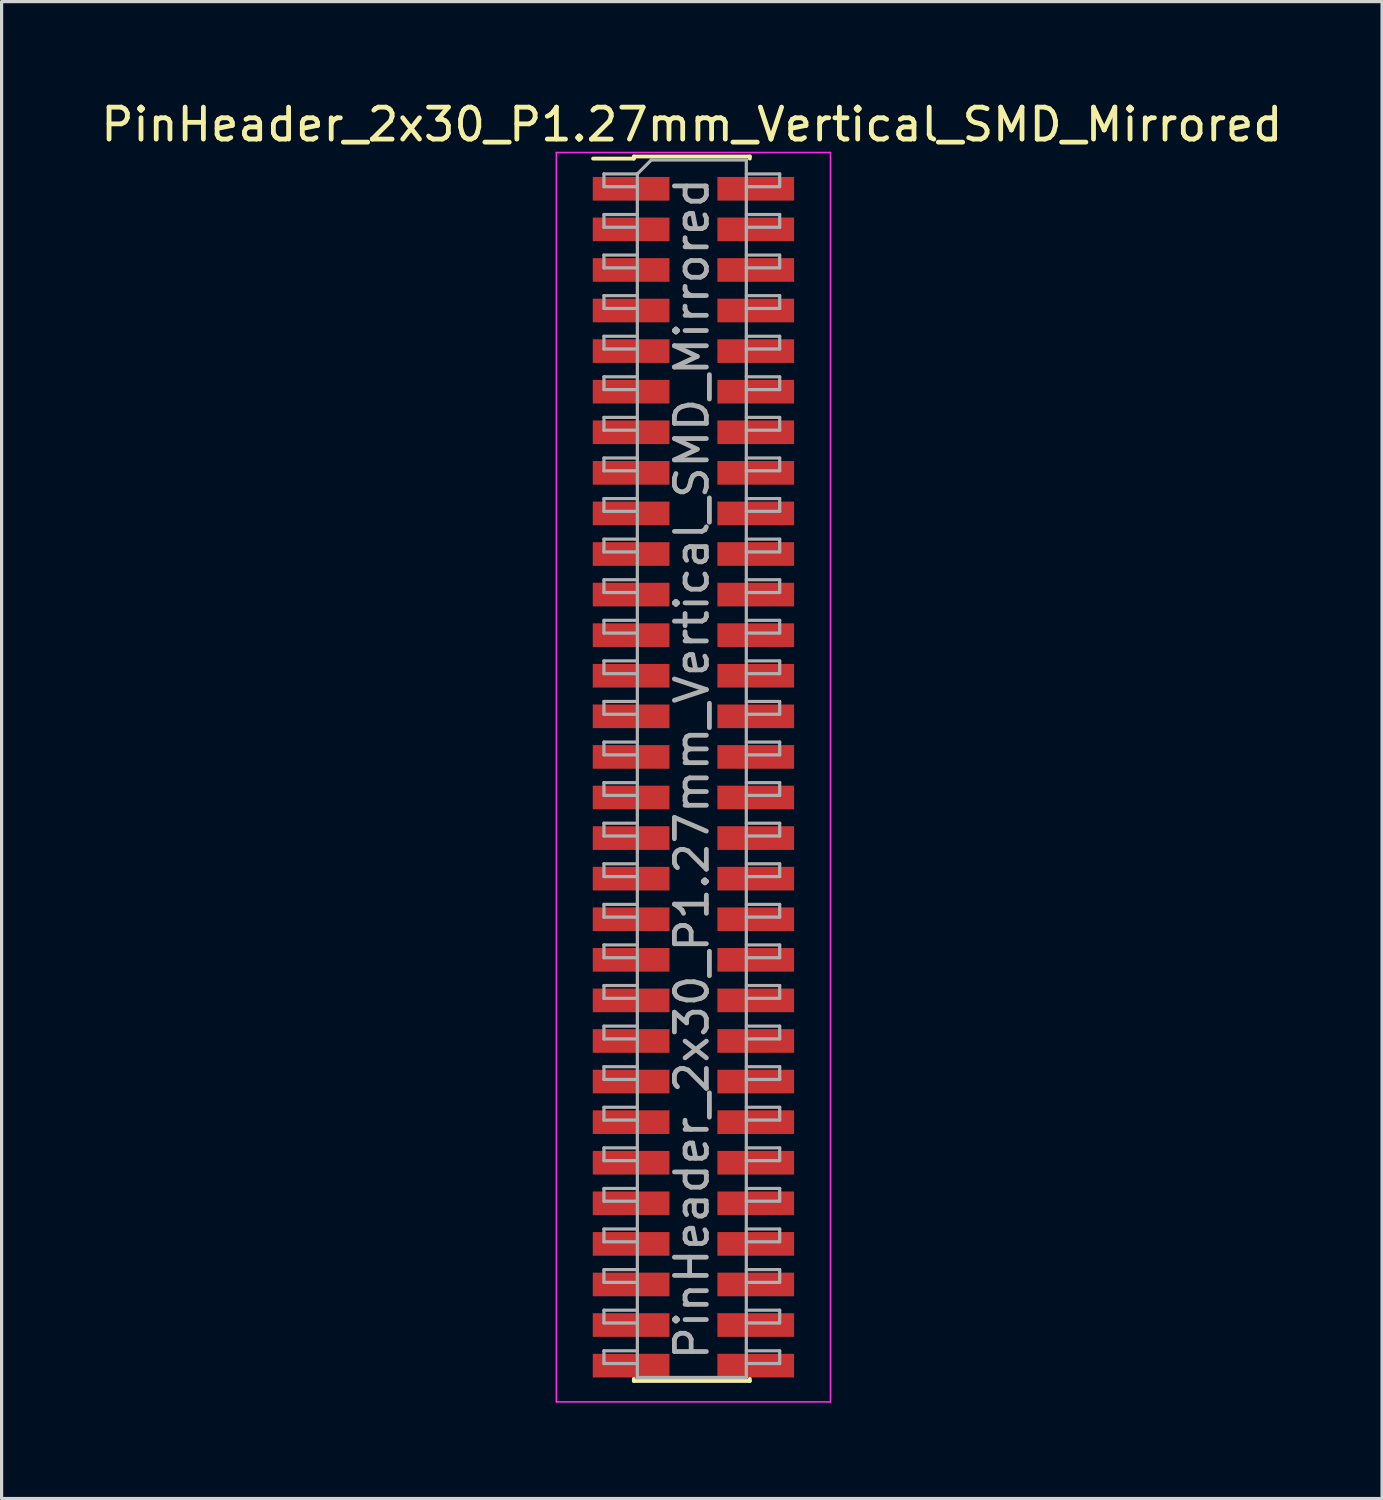
<source format=kicad_pcb>
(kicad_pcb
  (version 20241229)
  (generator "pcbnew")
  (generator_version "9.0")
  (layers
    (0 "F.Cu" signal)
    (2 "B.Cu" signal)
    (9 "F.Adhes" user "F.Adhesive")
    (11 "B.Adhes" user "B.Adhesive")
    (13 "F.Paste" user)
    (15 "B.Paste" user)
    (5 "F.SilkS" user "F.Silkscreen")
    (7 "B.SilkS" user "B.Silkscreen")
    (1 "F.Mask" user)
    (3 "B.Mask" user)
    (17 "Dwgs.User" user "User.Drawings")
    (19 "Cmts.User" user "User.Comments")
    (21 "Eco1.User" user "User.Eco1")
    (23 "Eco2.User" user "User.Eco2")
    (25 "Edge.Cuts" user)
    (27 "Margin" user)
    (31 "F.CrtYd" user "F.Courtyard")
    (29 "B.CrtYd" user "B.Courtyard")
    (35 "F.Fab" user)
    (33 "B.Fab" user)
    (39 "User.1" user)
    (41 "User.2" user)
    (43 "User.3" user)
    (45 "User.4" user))
  (footprint "PinHeader_2x30_P1.27mm_Vertical_SMD_Mirrored"
    (layer "F.Cu")
    (at 18.601 21.008)
    (property "Reference" "PinHeader_2x30_P1.27mm_Vertical_SMD_Mirrored" (at 0 -20.16 0) (layer "F.SilkS") (effects (font (size 1 1) (thickness 0.15))))
    (attr smd)
    (fp_line (start -3.09 -19.095) (end -1.815 -19.095) (stroke (width 0.12) (type solid)) (layer "F.SilkS"))
    (fp_line (start -1.815 -19.16) (end -1.815 -19.095) (stroke (width 0.12) (type solid)) (layer "F.SilkS"))
    (fp_line (start -1.815 -19.16) (end 1.815 -19.16) (stroke (width 0.12) (type solid)) (layer "F.SilkS"))
    (fp_line (start -1.815 19.095) (end -1.815 19.16) (stroke (width 0.12) (type solid)) (layer "F.SilkS"))
    (fp_line (start -1.815 19.16) (end 1.815 19.16) (stroke (width 0.12) (type solid)) (layer "F.SilkS"))
    (fp_line (start 1.815 -19.16) (end 1.815 -19.095) (stroke (width 0.12) (type solid)) (layer "F.SilkS"))
    (fp_line (start 1.815 19.095) (end 1.815 19.16) (stroke (width 0.12) (type solid)) (layer "F.SilkS"))
    (fp_line (start -4.24 -19.285) (end 4.34 -19.285) (stroke (width 0.05) (type solid)) (layer "F.CrtYd"))
    (fp_line (start -4.24 19.815) (end -4.24 -19.285) (stroke (width 0.05) (type solid)) (layer "F.CrtYd"))
    (fp_line (start 4.34 -19.285) (end 4.34 19.815) (stroke (width 0.05) (type solid)) (layer "F.CrtYd"))
    (fp_line (start 4.34 19.815) (end -4.24 19.815) (stroke (width 0.05) (type solid)) (layer "F.CrtYd"))
    (fp_line (start -2.75 -18.615) (end -2.75 -18.215) (stroke (width 0.1) (type solid)) (layer "F.Fab"))
    (fp_line (start -2.75 -18.215) (end -1.705 -18.215) (stroke (width 0.1) (type solid)) (layer "F.Fab"))
    (fp_line (start -2.75 -17.345) (end -2.75 -16.945) (stroke (width 0.1) (type solid)) (layer "F.Fab"))
    (fp_line (start -2.75 -16.945) (end -1.705 -16.945) (stroke (width 0.1) (type solid)) (layer "F.Fab"))
    (fp_line (start -2.75 -16.075) (end -2.75 -15.675) (stroke (width 0.1) (type solid)) (layer "F.Fab"))
    (fp_line (start -2.75 -15.675) (end -1.705 -15.675) (stroke (width 0.1) (type solid)) (layer "F.Fab"))
    (fp_line (start -2.75 -14.805) (end -2.75 -14.405) (stroke (width 0.1) (type solid)) (layer "F.Fab"))
    (fp_line (start -2.75 -14.405) (end -1.705 -14.405) (stroke (width 0.1) (type solid)) (layer "F.Fab"))
    (fp_line (start -2.75 -13.535) (end -2.75 -13.135) (stroke (width 0.1) (type solid)) (layer "F.Fab"))
    (fp_line (start -2.75 -13.135) (end -1.705 -13.135) (stroke (width 0.1) (type solid)) (layer "F.Fab"))
    (fp_line (start -2.75 -12.265) (end -2.75 -11.865) (stroke (width 0.1) (type solid)) (layer "F.Fab"))
    (fp_line (start -2.75 -11.865) (end -1.705 -11.865) (stroke (width 0.1) (type solid)) (layer "F.Fab"))
    (fp_line (start -2.75 -10.995) (end -2.75 -10.595) (stroke (width 0.1) (type solid)) (layer "F.Fab"))
    (fp_line (start -2.75 -10.595) (end -1.705 -10.595) (stroke (width 0.1) (type solid)) (layer "F.Fab"))
    (fp_line (start -2.75 -9.725) (end -2.75 -9.325) (stroke (width 0.1) (type solid)) (layer "F.Fab"))
    (fp_line (start -2.75 -9.325) (end -1.705 -9.325) (stroke (width 0.1) (type solid)) (layer "F.Fab"))
    (fp_line (start -2.75 -8.455) (end -2.75 -8.055) (stroke (width 0.1) (type solid)) (layer "F.Fab"))
    (fp_line (start -2.75 -8.055) (end -1.705 -8.055) (stroke (width 0.1) (type solid)) (layer "F.Fab"))
    (fp_line (start -2.75 -7.185) (end -2.75 -6.785) (stroke (width 0.1) (type solid)) (layer "F.Fab"))
    (fp_line (start -2.75 -6.785) (end -1.705 -6.785) (stroke (width 0.1) (type solid)) (layer "F.Fab"))
    (fp_line (start -2.75 -5.915) (end -2.75 -5.515) (stroke (width 0.1) (type solid)) (layer "F.Fab"))
    (fp_line (start -2.75 -5.515) (end -1.705 -5.515) (stroke (width 0.1) (type solid)) (layer "F.Fab"))
    (fp_line (start -2.75 -4.645) (end -2.75 -4.245) (stroke (width 0.1) (type solid)) (layer "F.Fab"))
    (fp_line (start -2.75 -4.245) (end -1.705 -4.245) (stroke (width 0.1) (type solid)) (layer "F.Fab"))
    (fp_line (start -2.75 -3.375) (end -2.75 -2.975) (stroke (width 0.1) (type solid)) (layer "F.Fab"))
    (fp_line (start -2.75 -2.975) (end -1.705 -2.975) (stroke (width 0.1) (type solid)) (layer "F.Fab"))
    (fp_line (start -2.75 -2.105) (end -2.75 -1.705) (stroke (width 0.1) (type solid)) (layer "F.Fab"))
    (fp_line (start -2.75 -1.705) (end -1.705 -1.705) (stroke (width 0.1) (type solid)) (layer "F.Fab"))
    (fp_line (start -2.75 -0.835) (end -2.75 -0.435) (stroke (width 0.1) (type solid)) (layer "F.Fab"))
    (fp_line (start -2.75 -0.435) (end -1.705 -0.435) (stroke (width 0.1) (type solid)) (layer "F.Fab"))
    (fp_line (start -2.75 0.435) (end -2.75 0.835) (stroke (width 0.1) (type solid)) (layer "F.Fab"))
    (fp_line (start -2.75 0.835) (end -1.705 0.835) (stroke (width 0.1) (type solid)) (layer "F.Fab"))
    (fp_line (start -2.75 1.705) (end -2.75 2.105) (stroke (width 0.1) (type solid)) (layer "F.Fab"))
    (fp_line (start -2.75 2.105) (end -1.705 2.105) (stroke (width 0.1) (type solid)) (layer "F.Fab"))
    (fp_line (start -2.75 2.975) (end -2.75 3.375) (stroke (width 0.1) (type solid)) (layer "F.Fab"))
    (fp_line (start -2.75 3.375) (end -1.705 3.375) (stroke (width 0.1) (type solid)) (layer "F.Fab"))
    (fp_line (start -2.75 4.245) (end -2.75 4.645) (stroke (width 0.1) (type solid)) (layer "F.Fab"))
    (fp_line (start -2.75 4.645) (end -1.705 4.645) (stroke (width 0.1) (type solid)) (layer "F.Fab"))
    (fp_line (start -2.75 5.515) (end -2.75 5.915) (stroke (width 0.1) (type solid)) (layer "F.Fab"))
    (fp_line (start -2.75 5.915) (end -1.705 5.915) (stroke (width 0.1) (type solid)) (layer "F.Fab"))
    (fp_line (start -2.75 6.785) (end -2.75 7.185) (stroke (width 0.1) (type solid)) (layer "F.Fab"))
    (fp_line (start -2.75 7.185) (end -1.705 7.185) (stroke (width 0.1) (type solid)) (layer "F.Fab"))
    (fp_line (start -2.75 8.055) (end -2.75 8.455) (stroke (width 0.1) (type solid)) (layer "F.Fab"))
    (fp_line (start -2.75 8.455) (end -1.705 8.455) (stroke (width 0.1) (type solid)) (layer "F.Fab"))
    (fp_line (start -2.75 9.325) (end -2.75 9.725) (stroke (width 0.1) (type solid)) (layer "F.Fab"))
    (fp_line (start -2.75 9.725) (end -1.705 9.725) (stroke (width 0.1) (type solid)) (layer "F.Fab"))
    (fp_line (start -2.75 10.595) (end -2.75 10.995) (stroke (width 0.1) (type solid)) (layer "F.Fab"))
    (fp_line (start -2.75 10.995) (end -1.705 10.995) (stroke (width 0.1) (type solid)) (layer "F.Fab"))
    (fp_line (start -2.75 11.865) (end -2.75 12.265) (stroke (width 0.1) (type solid)) (layer "F.Fab"))
    (fp_line (start -2.75 12.265) (end -1.705 12.265) (stroke (width 0.1) (type solid)) (layer "F.Fab"))
    (fp_line (start -2.75 13.135) (end -2.75 13.535) (stroke (width 0.1) (type solid)) (layer "F.Fab"))
    (fp_line (start -2.75 13.535) (end -1.705 13.535) (stroke (width 0.1) (type solid)) (layer "F.Fab"))
    (fp_line (start -2.75 14.405) (end -2.75 14.805) (stroke (width 0.1) (type solid)) (layer "F.Fab"))
    (fp_line (start -2.75 14.805) (end -1.705 14.805) (stroke (width 0.1) (type solid)) (layer "F.Fab"))
    (fp_line (start -2.75 15.675) (end -2.75 16.075) (stroke (width 0.1) (type solid)) (layer "F.Fab"))
    (fp_line (start -2.75 16.075) (end -1.705 16.075) (stroke (width 0.1) (type solid)) (layer "F.Fab"))
    (fp_line (start -2.75 16.945) (end -2.75 17.345) (stroke (width 0.1) (type solid)) (layer "F.Fab"))
    (fp_line (start -2.75 17.345) (end -1.705 17.345) (stroke (width 0.1) (type solid)) (layer "F.Fab"))
    (fp_line (start -2.75 18.215) (end -2.75 18.615) (stroke (width 0.1) (type solid)) (layer "F.Fab"))
    (fp_line (start -2.75 18.615) (end -1.705 18.615) (stroke (width 0.1) (type solid)) (layer "F.Fab"))
    (fp_line (start -1.705 -18.615) (end -2.75 -18.615) (stroke (width 0.1) (type solid)) (layer "F.Fab"))
    (fp_line (start -1.705 -18.615) (end -1.27 -19.05) (stroke (width 0.1) (type solid)) (layer "F.Fab"))
    (fp_line (start -1.705 -17.345) (end -2.75 -17.345) (stroke (width 0.1) (type solid)) (layer "F.Fab"))
    (fp_line (start -1.705 -16.075) (end -2.75 -16.075) (stroke (width 0.1) (type solid)) (layer "F.Fab"))
    (fp_line (start -1.705 -14.805) (end -2.75 -14.805) (stroke (width 0.1) (type solid)) (layer "F.Fab"))
    (fp_line (start -1.705 -13.535) (end -2.75 -13.535) (stroke (width 0.1) (type solid)) (layer "F.Fab"))
    (fp_line (start -1.705 -12.265) (end -2.75 -12.265) (stroke (width 0.1) (type solid)) (layer "F.Fab"))
    (fp_line (start -1.705 -10.995) (end -2.75 -10.995) (stroke (width 0.1) (type solid)) (layer "F.Fab"))
    (fp_line (start -1.705 -9.725) (end -2.75 -9.725) (stroke (width 0.1) (type solid)) (layer "F.Fab"))
    (fp_line (start -1.705 -8.455) (end -2.75 -8.455) (stroke (width 0.1) (type solid)) (layer "F.Fab"))
    (fp_line (start -1.705 -7.185) (end -2.75 -7.185) (stroke (width 0.1) (type solid)) (layer "F.Fab"))
    (fp_line (start -1.705 -5.915) (end -2.75 -5.915) (stroke (width 0.1) (type solid)) (layer "F.Fab"))
    (fp_line (start -1.705 -4.645) (end -2.75 -4.645) (stroke (width 0.1) (type solid)) (layer "F.Fab"))
    (fp_line (start -1.705 -3.375) (end -2.75 -3.375) (stroke (width 0.1) (type solid)) (layer "F.Fab"))
    (fp_line (start -1.705 -2.105) (end -2.75 -2.105) (stroke (width 0.1) (type solid)) (layer "F.Fab"))
    (fp_line (start -1.705 -0.835) (end -2.75 -0.835) (stroke (width 0.1) (type solid)) (layer "F.Fab"))
    (fp_line (start -1.705 0.435) (end -2.75 0.435) (stroke (width 0.1) (type solid)) (layer "F.Fab"))
    (fp_line (start -1.705 1.705) (end -2.75 1.705) (stroke (width 0.1) (type solid)) (layer "F.Fab"))
    (fp_line (start -1.705 2.975) (end -2.75 2.975) (stroke (width 0.1) (type solid)) (layer "F.Fab"))
    (fp_line (start -1.705 4.245) (end -2.75 4.245) (stroke (width 0.1) (type solid)) (layer "F.Fab"))
    (fp_line (start -1.705 5.515) (end -2.75 5.515) (stroke (width 0.1) (type solid)) (layer "F.Fab"))
    (fp_line (start -1.705 6.785) (end -2.75 6.785) (stroke (width 0.1) (type solid)) (layer "F.Fab"))
    (fp_line (start -1.705 8.055) (end -2.75 8.055) (stroke (width 0.1) (type solid)) (layer "F.Fab"))
    (fp_line (start -1.705 9.325) (end -2.75 9.325) (stroke (width 0.1) (type solid)) (layer "F.Fab"))
    (fp_line (start -1.705 10.595) (end -2.75 10.595) (stroke (width 0.1) (type solid)) (layer "F.Fab"))
    (fp_line (start -1.705 11.865) (end -2.75 11.865) (stroke (width 0.1) (type solid)) (layer "F.Fab"))
    (fp_line (start -1.705 13.135) (end -2.75 13.135) (stroke (width 0.1) (type solid)) (layer "F.Fab"))
    (fp_line (start -1.705 14.405) (end -2.75 14.405) (stroke (width 0.1) (type solid)) (layer "F.Fab"))
    (fp_line (start -1.705 15.675) (end -2.75 15.675) (stroke (width 0.1) (type solid)) (layer "F.Fab"))
    (fp_line (start -1.705 16.945) (end -2.75 16.945) (stroke (width 0.1) (type solid)) (layer "F.Fab"))
    (fp_line (start -1.705 18.215) (end -2.75 18.215) (stroke (width 0.1) (type solid)) (layer "F.Fab"))
    (fp_line (start -1.705 19.05) (end -1.705 -18.615) (stroke (width 0.1) (type solid)) (layer "F.Fab"))
    (fp_line (start -1.27 -19.05) (end 1.705 -19.05) (stroke (width 0.1) (type solid)) (layer "F.Fab"))
    (fp_line (start 1.705 -19.05) (end 1.705 19.05) (stroke (width 0.1) (type solid)) (layer "F.Fab"))
    (fp_line (start 1.705 -18.615) (end 2.75 -18.615) (stroke (width 0.1) (type solid)) (layer "F.Fab"))
    (fp_line (start 1.705 -17.345) (end 2.75 -17.345) (stroke (width 0.1) (type solid)) (layer "F.Fab"))
    (fp_line (start 1.705 -16.075) (end 2.75 -16.075) (stroke (width 0.1) (type solid)) (layer "F.Fab"))
    (fp_line (start 1.705 -14.805) (end 2.75 -14.805) (stroke (width 0.1) (type solid)) (layer "F.Fab"))
    (fp_line (start 1.705 -13.535) (end 2.75 -13.535) (stroke (width 0.1) (type solid)) (layer "F.Fab"))
    (fp_line (start 1.705 -12.265) (end 2.75 -12.265) (stroke (width 0.1) (type solid)) (layer "F.Fab"))
    (fp_line (start 1.705 -10.995) (end 2.75 -10.995) (stroke (width 0.1) (type solid)) (layer "F.Fab"))
    (fp_line (start 1.705 -9.725) (end 2.75 -9.725) (stroke (width 0.1) (type solid)) (layer "F.Fab"))
    (fp_line (start 1.705 -8.455) (end 2.75 -8.455) (stroke (width 0.1) (type solid)) (layer "F.Fab"))
    (fp_line (start 1.705 -7.185) (end 2.75 -7.185) (stroke (width 0.1) (type solid)) (layer "F.Fab"))
    (fp_line (start 1.705 -5.915) (end 2.75 -5.915) (stroke (width 0.1) (type solid)) (layer "F.Fab"))
    (fp_line (start 1.705 -4.645) (end 2.75 -4.645) (stroke (width 0.1) (type solid)) (layer "F.Fab"))
    (fp_line (start 1.705 -3.375) (end 2.75 -3.375) (stroke (width 0.1) (type solid)) (layer "F.Fab"))
    (fp_line (start 1.705 -2.105) (end 2.75 -2.105) (stroke (width 0.1) (type solid)) (layer "F.Fab"))
    (fp_line (start 1.705 -0.835) (end 2.75 -0.835) (stroke (width 0.1) (type solid)) (layer "F.Fab"))
    (fp_line (start 1.705 0.435) (end 2.75 0.435) (stroke (width 0.1) (type solid)) (layer "F.Fab"))
    (fp_line (start 1.705 1.705) (end 2.75 1.705) (stroke (width 0.1) (type solid)) (layer "F.Fab"))
    (fp_line (start 1.705 2.975) (end 2.75 2.975) (stroke (width 0.1) (type solid)) (layer "F.Fab"))
    (fp_line (start 1.705 4.245) (end 2.75 4.245) (stroke (width 0.1) (type solid)) (layer "F.Fab"))
    (fp_line (start 1.705 5.515) (end 2.75 5.515) (stroke (width 0.1) (type solid)) (layer "F.Fab"))
    (fp_line (start 1.705 6.785) (end 2.75 6.785) (stroke (width 0.1) (type solid)) (layer "F.Fab"))
    (fp_line (start 1.705 8.055) (end 2.75 8.055) (stroke (width 0.1) (type solid)) (layer "F.Fab"))
    (fp_line (start 1.705 9.325) (end 2.75 9.325) (stroke (width 0.1) (type solid)) (layer "F.Fab"))
    (fp_line (start 1.705 10.595) (end 2.75 10.595) (stroke (width 0.1) (type solid)) (layer "F.Fab"))
    (fp_line (start 1.705 11.865) (end 2.75 11.865) (stroke (width 0.1) (type solid)) (layer "F.Fab"))
    (fp_line (start 1.705 13.135) (end 2.75 13.135) (stroke (width 0.1) (type solid)) (layer "F.Fab"))
    (fp_line (start 1.705 14.405) (end 2.75 14.405) (stroke (width 0.1) (type solid)) (layer "F.Fab"))
    (fp_line (start 1.705 15.675) (end 2.75 15.675) (stroke (width 0.1) (type solid)) (layer "F.Fab"))
    (fp_line (start 1.705 16.945) (end 2.75 16.945) (stroke (width 0.1) (type solid)) (layer "F.Fab"))
    (fp_line (start 1.705 18.215) (end 2.75 18.215) (stroke (width 0.1) (type solid)) (layer "F.Fab"))
    (fp_line (start 1.705 19.05) (end -1.705 19.05) (stroke (width 0.1) (type solid)) (layer "F.Fab"))
    (fp_line (start 2.75 -18.615) (end 2.75 -18.215) (stroke (width 0.1) (type solid)) (layer "F.Fab"))
    (fp_line (start 2.75 -18.215) (end 1.705 -18.215) (stroke (width 0.1) (type solid)) (layer "F.Fab"))
    (fp_line (start 2.75 -17.345) (end 2.75 -16.945) (stroke (width 0.1) (type solid)) (layer "F.Fab"))
    (fp_line (start 2.75 -16.945) (end 1.705 -16.945) (stroke (width 0.1) (type solid)) (layer "F.Fab"))
    (fp_line (start 2.75 -16.075) (end 2.75 -15.675) (stroke (width 0.1) (type solid)) (layer "F.Fab"))
    (fp_line (start 2.75 -15.675) (end 1.705 -15.675) (stroke (width 0.1) (type solid)) (layer "F.Fab"))
    (fp_line (start 2.75 -14.805) (end 2.75 -14.405) (stroke (width 0.1) (type solid)) (layer "F.Fab"))
    (fp_line (start 2.75 -14.405) (end 1.705 -14.405) (stroke (width 0.1) (type solid)) (layer "F.Fab"))
    (fp_line (start 2.75 -13.535) (end 2.75 -13.135) (stroke (width 0.1) (type solid)) (layer "F.Fab"))
    (fp_line (start 2.75 -13.135) (end 1.705 -13.135) (stroke (width 0.1) (type solid)) (layer "F.Fab"))
    (fp_line (start 2.75 -12.265) (end 2.75 -11.865) (stroke (width 0.1) (type solid)) (layer "F.Fab"))
    (fp_line (start 2.75 -11.865) (end 1.705 -11.865) (stroke (width 0.1) (type solid)) (layer "F.Fab"))
    (fp_line (start 2.75 -10.995) (end 2.75 -10.595) (stroke (width 0.1) (type solid)) (layer "F.Fab"))
    (fp_line (start 2.75 -10.595) (end 1.705 -10.595) (stroke (width 0.1) (type solid)) (layer "F.Fab"))
    (fp_line (start 2.75 -9.725) (end 2.75 -9.325) (stroke (width 0.1) (type solid)) (layer "F.Fab"))
    (fp_line (start 2.75 -9.325) (end 1.705 -9.325) (stroke (width 0.1) (type solid)) (layer "F.Fab"))
    (fp_line (start 2.75 -8.455) (end 2.75 -8.055) (stroke (width 0.1) (type solid)) (layer "F.Fab"))
    (fp_line (start 2.75 -8.055) (end 1.705 -8.055) (stroke (width 0.1) (type solid)) (layer "F.Fab"))
    (fp_line (start 2.75 -7.185) (end 2.75 -6.785) (stroke (width 0.1) (type solid)) (layer "F.Fab"))
    (fp_line (start 2.75 -6.785) (end 1.705 -6.785) (stroke (width 0.1) (type solid)) (layer "F.Fab"))
    (fp_line (start 2.75 -5.915) (end 2.75 -5.515) (stroke (width 0.1) (type solid)) (layer "F.Fab"))
    (fp_line (start 2.75 -5.515) (end 1.705 -5.515) (stroke (width 0.1) (type solid)) (layer "F.Fab"))
    (fp_line (start 2.75 -4.645) (end 2.75 -4.245) (stroke (width 0.1) (type solid)) (layer "F.Fab"))
    (fp_line (start 2.75 -4.245) (end 1.705 -4.245) (stroke (width 0.1) (type solid)) (layer "F.Fab"))
    (fp_line (start 2.75 -3.375) (end 2.75 -2.975) (stroke (width 0.1) (type solid)) (layer "F.Fab"))
    (fp_line (start 2.75 -2.975) (end 1.705 -2.975) (stroke (width 0.1) (type solid)) (layer "F.Fab"))
    (fp_line (start 2.75 -2.105) (end 2.75 -1.705) (stroke (width 0.1) (type solid)) (layer "F.Fab"))
    (fp_line (start 2.75 -1.705) (end 1.705 -1.705) (stroke (width 0.1) (type solid)) (layer "F.Fab"))
    (fp_line (start 2.75 -0.835) (end 2.75 -0.435) (stroke (width 0.1) (type solid)) (layer "F.Fab"))
    (fp_line (start 2.75 -0.435) (end 1.705 -0.435) (stroke (width 0.1) (type solid)) (layer "F.Fab"))
    (fp_line (start 2.75 0.435) (end 2.75 0.835) (stroke (width 0.1) (type solid)) (layer "F.Fab"))
    (fp_line (start 2.75 0.835) (end 1.705 0.835) (stroke (width 0.1) (type solid)) (layer "F.Fab"))
    (fp_line (start 2.75 1.705) (end 2.75 2.105) (stroke (width 0.1) (type solid)) (layer "F.Fab"))
    (fp_line (start 2.75 2.105) (end 1.705 2.105) (stroke (width 0.1) (type solid)) (layer "F.Fab"))
    (fp_line (start 2.75 2.975) (end 2.75 3.375) (stroke (width 0.1) (type solid)) (layer "F.Fab"))
    (fp_line (start 2.75 3.375) (end 1.705 3.375) (stroke (width 0.1) (type solid)) (layer "F.Fab"))
    (fp_line (start 2.75 4.245) (end 2.75 4.645) (stroke (width 0.1) (type solid)) (layer "F.Fab"))
    (fp_line (start 2.75 4.645) (end 1.705 4.645) (stroke (width 0.1) (type solid)) (layer "F.Fab"))
    (fp_line (start 2.75 5.515) (end 2.75 5.915) (stroke (width 0.1) (type solid)) (layer "F.Fab"))
    (fp_line (start 2.75 5.915) (end 1.705 5.915) (stroke (width 0.1) (type solid)) (layer "F.Fab"))
    (fp_line (start 2.75 6.785) (end 2.75 7.185) (stroke (width 0.1) (type solid)) (layer "F.Fab"))
    (fp_line (start 2.75 7.185) (end 1.705 7.185) (stroke (width 0.1) (type solid)) (layer "F.Fab"))
    (fp_line (start 2.75 8.055) (end 2.75 8.455) (stroke (width 0.1) (type solid)) (layer "F.Fab"))
    (fp_line (start 2.75 8.455) (end 1.705 8.455) (stroke (width 0.1) (type solid)) (layer "F.Fab"))
    (fp_line (start 2.75 9.325) (end 2.75 9.725) (stroke (width 0.1) (type solid)) (layer "F.Fab"))
    (fp_line (start 2.75 9.725) (end 1.705 9.725) (stroke (width 0.1) (type solid)) (layer "F.Fab"))
    (fp_line (start 2.75 10.595) (end 2.75 10.995) (stroke (width 0.1) (type solid)) (layer "F.Fab"))
    (fp_line (start 2.75 10.995) (end 1.705 10.995) (stroke (width 0.1) (type solid)) (layer "F.Fab"))
    (fp_line (start 2.75 11.865) (end 2.75 12.265) (stroke (width 0.1) (type solid)) (layer "F.Fab"))
    (fp_line (start 2.75 12.265) (end 1.705 12.265) (stroke (width 0.1) (type solid)) (layer "F.Fab"))
    (fp_line (start 2.75 13.135) (end 2.75 13.535) (stroke (width 0.1) (type solid)) (layer "F.Fab"))
    (fp_line (start 2.75 13.535) (end 1.705 13.535) (stroke (width 0.1) (type solid)) (layer "F.Fab"))
    (fp_line (start 2.75 14.405) (end 2.75 14.805) (stroke (width 0.1) (type solid)) (layer "F.Fab"))
    (fp_line (start 2.75 14.805) (end 1.705 14.805) (stroke (width 0.1) (type solid)) (layer "F.Fab"))
    (fp_line (start 2.75 15.675) (end 2.75 16.075) (stroke (width 0.1) (type solid)) (layer "F.Fab"))
    (fp_line (start 2.75 16.075) (end 1.705 16.075) (stroke (width 0.1) (type solid)) (layer "F.Fab"))
    (fp_line (start 2.75 16.945) (end 2.75 17.345) (stroke (width 0.1) (type solid)) (layer "F.Fab"))
    (fp_line (start 2.75 17.345) (end 1.705 17.345) (stroke (width 0.1) (type solid)) (layer "F.Fab"))
    (fp_line (start 2.75 18.215) (end 2.75 18.615) (stroke (width 0.1) (type solid)) (layer "F.Fab"))
    (fp_line (start 2.75 18.615) (end 1.705 18.615) (stroke (width 0.1) (type solid)) (layer "F.Fab"))
    (fp_text user "${REFERENCE}" (at 0 0 90) (layer "F.Fab") (effects (font (size 1 1) (thickness 0.15))))
    (pad "1" smd rect (at 2 -18.15) (size 2.4 0.74) (layers "F.Cu" "F.Mask" "F.Paste"))
    (pad "2" smd rect (at -1.9 -18.15) (size 2.4 0.74) (layers "F.Cu" "F.Mask" "F.Paste"))
    (pad "3" smd rect (at 2 -16.88) (size 2.4 0.74) (layers "F.Cu" "F.Mask" "F.Paste"))
    (pad "4" smd rect (at -1.9 -16.88) (size 2.4 0.74) (layers "F.Cu" "F.Mask" "F.Paste"))
    (pad "5" smd rect (at 2 -15.61) (size 2.4 0.74) (layers "F.Cu" "F.Mask" "F.Paste"))
    (pad "6" smd rect (at -1.9 -15.61) (size 2.4 0.74) (layers "F.Cu" "F.Mask" "F.Paste"))
    (pad "7" smd rect (at 2 -14.34) (size 2.4 0.74) (layers "F.Cu" "F.Mask" "F.Paste"))
    (pad "8" smd rect (at -1.9 -14.34) (size 2.4 0.74) (layers "F.Cu" "F.Mask" "F.Paste"))
    (pad "9" smd rect (at 2 -13.07) (size 2.4 0.74) (layers "F.Cu" "F.Mask" "F.Paste"))
    (pad "10" smd rect (at -1.9 -13.07) (size 2.4 0.74) (layers "F.Cu" "F.Mask" "F.Paste"))
    (pad "11" smd rect (at 2 -11.8) (size 2.4 0.74) (layers "F.Cu" "F.Mask" "F.Paste"))
    (pad "12" smd rect (at -1.9 -11.8) (size 2.4 0.74) (layers "F.Cu" "F.Mask" "F.Paste"))
    (pad "13" smd rect (at 2 -10.53) (size 2.4 0.74) (layers "F.Cu" "F.Mask" "F.Paste"))
    (pad "14" smd rect (at -1.9 -10.53) (size 2.4 0.74) (layers "F.Cu" "F.Mask" "F.Paste"))
    (pad "15" smd rect (at 2 -9.26) (size 2.4 0.74) (layers "F.Cu" "F.Mask" "F.Paste"))
    (pad "16" smd rect (at -1.9 -9.26) (size 2.4 0.74) (layers "F.Cu" "F.Mask" "F.Paste"))
    (pad "17" smd rect (at 2 -7.99) (size 2.4 0.74) (layers "F.Cu" "F.Mask" "F.Paste"))
    (pad "18" smd rect (at -1.9 -7.99) (size 2.4 0.74) (layers "F.Cu" "F.Mask" "F.Paste"))
    (pad "19" smd rect (at 2 -6.72) (size 2.4 0.74) (layers "F.Cu" "F.Mask" "F.Paste"))
    (pad "20" smd rect (at -1.9 -6.72) (size 2.4 0.74) (layers "F.Cu" "F.Mask" "F.Paste"))
    (pad "21" smd rect (at 2 -5.45) (size 2.4 0.74) (layers "F.Cu" "F.Mask" "F.Paste"))
    (pad "22" smd rect (at -1.9 -5.45) (size 2.4 0.74) (layers "F.Cu" "F.Mask" "F.Paste"))
    (pad "23" smd rect (at 2 -4.18) (size 2.4 0.74) (layers "F.Cu" "F.Mask" "F.Paste"))
    (pad "24" smd rect (at -1.9 -4.18) (size 2.4 0.74) (layers "F.Cu" "F.Mask" "F.Paste"))
    (pad "25" smd rect (at 2 -2.91) (size 2.4 0.74) (layers "F.Cu" "F.Mask" "F.Paste"))
    (pad "26" smd rect (at -1.9 -2.91) (size 2.4 0.74) (layers "F.Cu" "F.Mask" "F.Paste"))
    (pad "27" smd rect (at 2 -1.64) (size 2.4 0.74) (layers "F.Cu" "F.Mask" "F.Paste"))
    (pad "28" smd rect (at -1.9 -1.64) (size 2.4 0.74) (layers "F.Cu" "F.Mask" "F.Paste"))
    (pad "29" smd rect (at 2 -0.37) (size 2.4 0.74) (layers "F.Cu" "F.Mask" "F.Paste"))
    (pad "30" smd rect (at -1.9 -0.37) (size 2.4 0.74) (layers "F.Cu" "F.Mask" "F.Paste"))
    (pad "31" smd rect (at 2 0.9) (size 2.4 0.74) (layers "F.Cu" "F.Mask" "F.Paste"))
    (pad "32" smd rect (at -1.9 0.9) (size 2.4 0.74) (layers "F.Cu" "F.Mask" "F.Paste"))
    (pad "33" smd rect (at 2 2.17) (size 2.4 0.74) (layers "F.Cu" "F.Mask" "F.Paste"))
    (pad "34" smd rect (at -1.9 2.17) (size 2.4 0.74) (layers "F.Cu" "F.Mask" "F.Paste"))
    (pad "35" smd rect (at 2 3.44) (size 2.4 0.74) (layers "F.Cu" "F.Mask" "F.Paste"))
    (pad "36" smd rect (at -1.9 3.44) (size 2.4 0.74) (layers "F.Cu" "F.Mask" "F.Paste"))
    (pad "37" smd rect (at 2 4.71) (size 2.4 0.74) (layers "F.Cu" "F.Mask" "F.Paste"))
    (pad "38" smd rect (at -1.9 4.71) (size 2.4 0.74) (layers "F.Cu" "F.Mask" "F.Paste"))
    (pad "39" smd rect (at 2 5.98) (size 2.4 0.74) (layers "F.Cu" "F.Mask" "F.Paste"))
    (pad "40" smd rect (at -1.9 5.98) (size 2.4 0.74) (layers "F.Cu" "F.Mask" "F.Paste"))
    (pad "41" smd rect (at 2 7.25) (size 2.4 0.74) (layers "F.Cu" "F.Mask" "F.Paste"))
    (pad "42" smd rect (at -1.9 7.25) (size 2.4 0.74) (layers "F.Cu" "F.Mask" "F.Paste"))
    (pad "43" smd rect (at 2 8.52) (size 2.4 0.74) (layers "F.Cu" "F.Mask" "F.Paste"))
    (pad "44" smd rect (at -1.9 8.52) (size 2.4 0.74) (layers "F.Cu" "F.Mask" "F.Paste"))
    (pad "45" smd rect (at 2 9.79) (size 2.4 0.74) (layers "F.Cu" "F.Mask" "F.Paste"))
    (pad "46" smd rect (at -1.9 9.79) (size 2.4 0.74) (layers "F.Cu" "F.Mask" "F.Paste"))
    (pad "47" smd rect (at 2 11.06) (size 2.4 0.74) (layers "F.Cu" "F.Mask" "F.Paste"))
    (pad "48" smd rect (at -1.9 11.06) (size 2.4 0.74) (layers "F.Cu" "F.Mask" "F.Paste"))
    (pad "49" smd rect (at 2 12.33) (size 2.4 0.74) (layers "F.Cu" "F.Mask" "F.Paste"))
    (pad "50" smd rect (at -1.9 12.33) (size 2.4 0.74) (layers "F.Cu" "F.Mask" "F.Paste"))
    (pad "51" smd rect (at 2 13.6) (size 2.4 0.74) (layers "F.Cu" "F.Mask" "F.Paste"))
    (pad "52" smd rect (at -1.9 13.6) (size 2.4 0.74) (layers "F.Cu" "F.Mask" "F.Paste"))
    (pad "53" smd rect (at 2 14.87) (size 2.4 0.74) (layers "F.Cu" "F.Mask" "F.Paste"))
    (pad "54" smd rect (at -1.9 14.87) (size 2.4 0.74) (layers "F.Cu" "F.Mask" "F.Paste"))
    (pad "55" smd rect (at 2 16.14) (size 2.4 0.74) (layers "F.Cu" "F.Mask" "F.Paste"))
    (pad "56" smd rect (at -1.9 16.14) (size 2.4 0.74) (layers "F.Cu" "F.Mask" "F.Paste"))
    (pad "57" smd rect (at 2 17.41) (size 2.4 0.74) (layers "F.Cu" "F.Mask" "F.Paste"))
    (pad "58" smd rect (at -1.9 17.41) (size 2.4 0.74) (layers "F.Cu" "F.Mask" "F.Paste"))
    (pad "59" smd rect (at 2 18.68) (size 2.4 0.74) (layers "F.Cu" "F.Mask" "F.Paste"))
    (pad "60" smd rect (at -1.9 18.68) (size 2.4 0.74) (layers "F.Cu" "F.Mask" "F.Paste")))
  (gr_rect
    (start -3 -3)
    (end 40.202 43.848)
    (stroke (width 0.1) (type default))
    (fill no)
    (layer "Edge.Cuts")))
</source>
